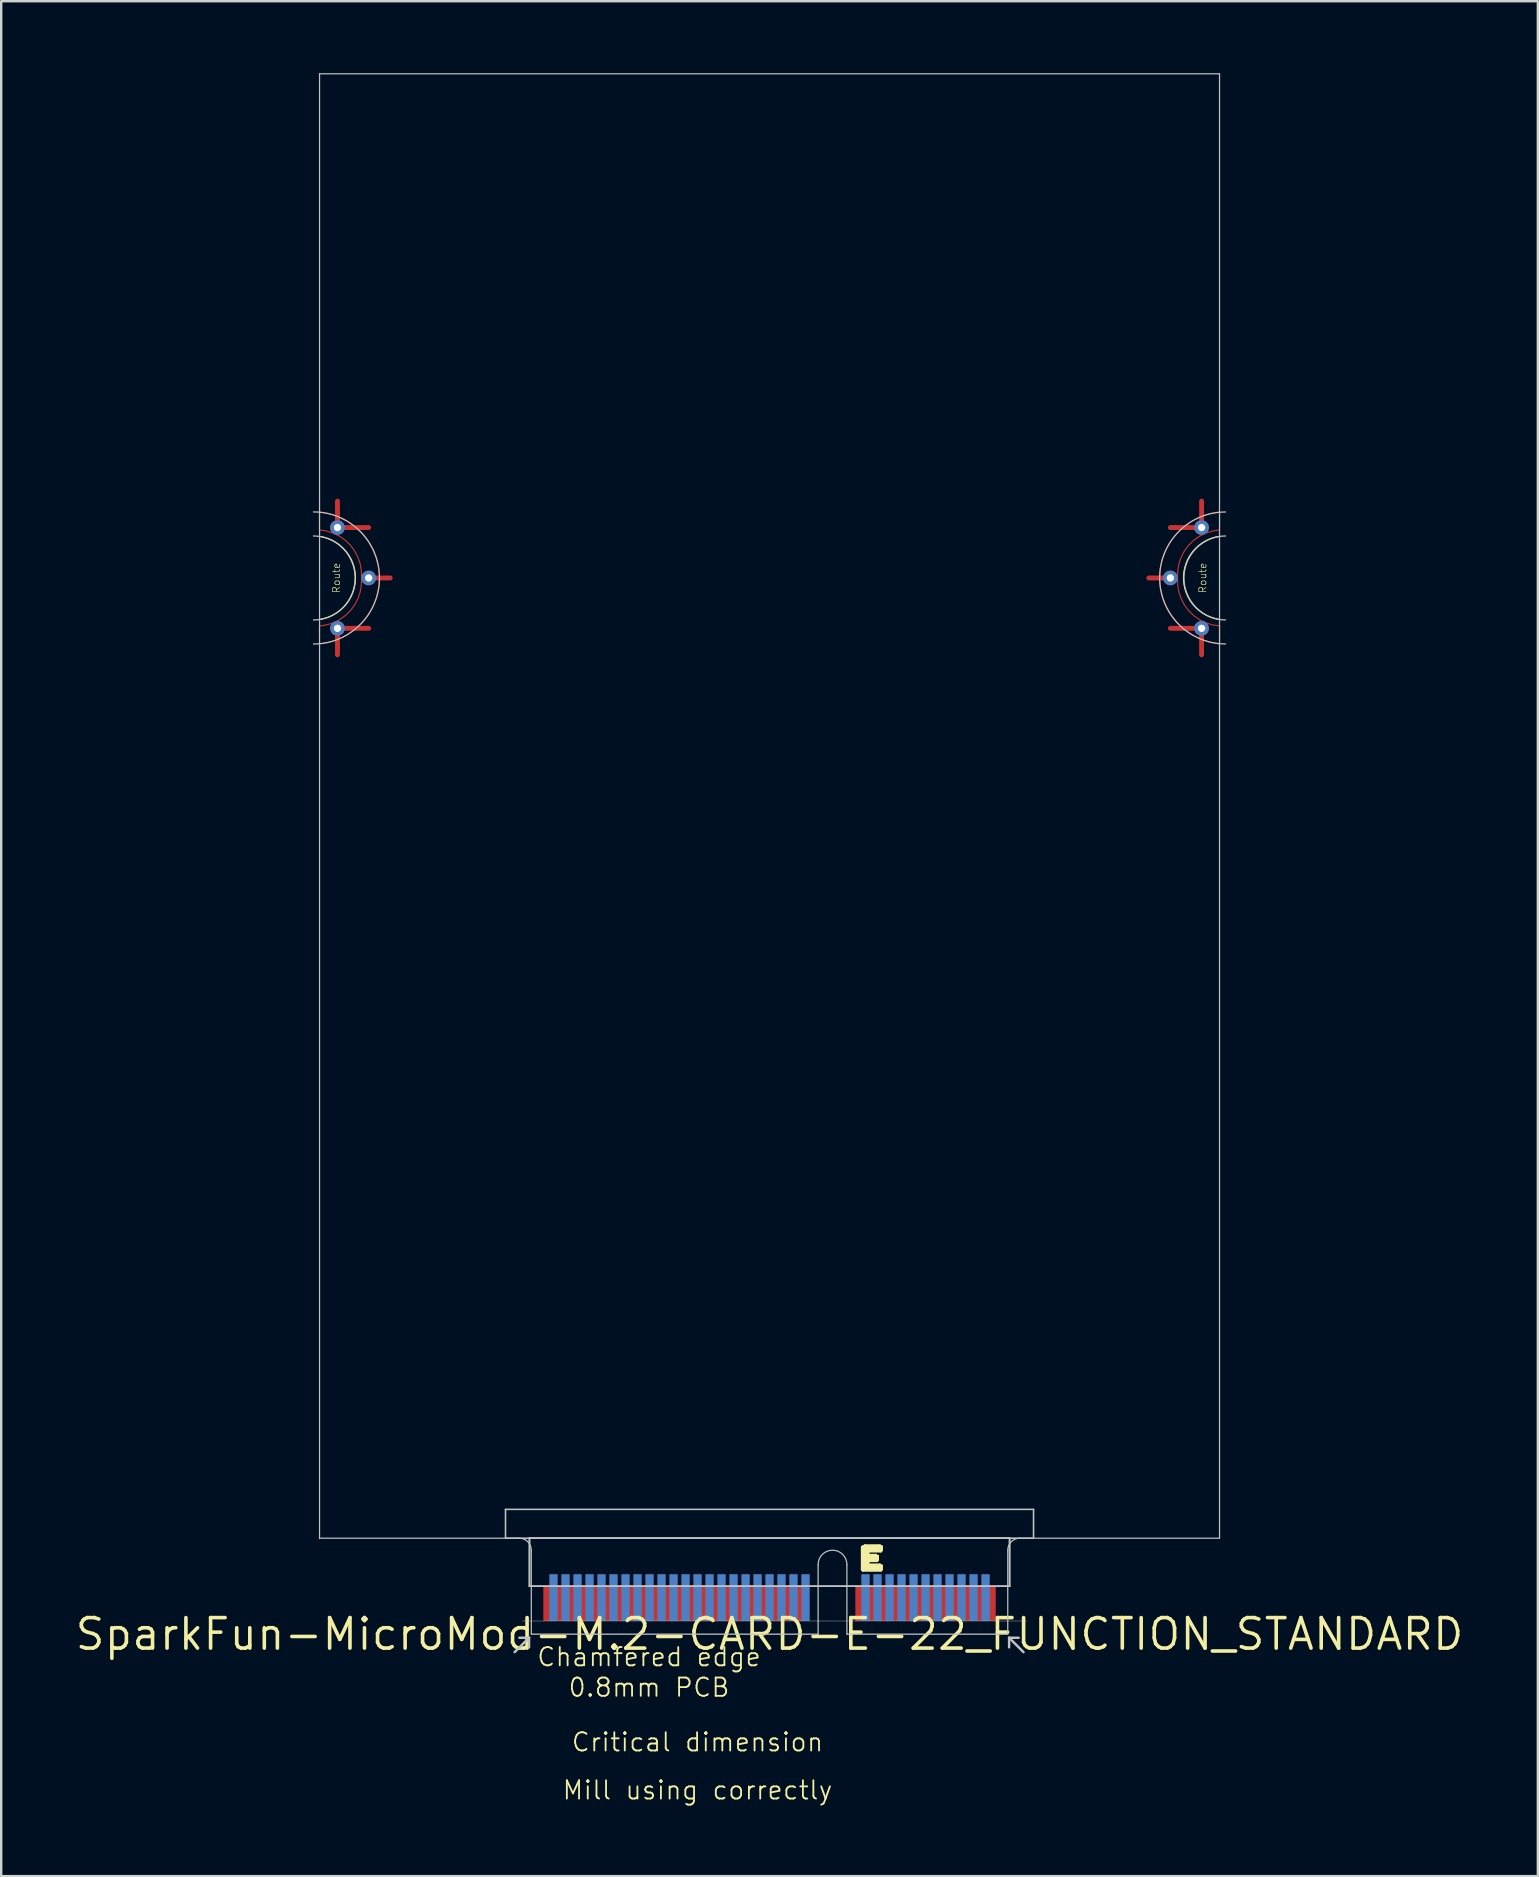
<source format=kicad_pcb>
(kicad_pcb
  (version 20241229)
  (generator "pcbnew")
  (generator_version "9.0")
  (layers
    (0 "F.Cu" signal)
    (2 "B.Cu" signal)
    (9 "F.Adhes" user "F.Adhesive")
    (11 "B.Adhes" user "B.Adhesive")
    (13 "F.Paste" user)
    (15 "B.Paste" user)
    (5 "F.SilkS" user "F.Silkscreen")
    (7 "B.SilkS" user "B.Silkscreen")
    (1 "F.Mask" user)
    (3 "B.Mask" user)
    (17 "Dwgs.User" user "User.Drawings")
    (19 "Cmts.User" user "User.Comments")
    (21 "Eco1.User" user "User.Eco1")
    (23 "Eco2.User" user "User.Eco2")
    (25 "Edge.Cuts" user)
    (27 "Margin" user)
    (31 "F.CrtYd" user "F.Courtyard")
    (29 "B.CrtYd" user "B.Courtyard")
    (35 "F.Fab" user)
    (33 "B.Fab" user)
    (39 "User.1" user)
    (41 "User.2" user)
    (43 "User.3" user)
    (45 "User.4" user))
  (footprint "SparkFun-MicroMod-M.2-CARD-E-22_FUNCTION_STANDARD"
    (layer "F.Cu")
    (at 29.006 65.024)
    (property "Reference" "SparkFun-MicroMod-M.2-CARD-E-22_FUNCTION_STANDARD" (at 0 0 0) (layer "F.SilkS") (effects (font (size 1.27 1.27) (thickness 0.15))))
    (attr smd)
    (fp_line (start -17.998 -46.098) (end -17.998 -47.198) (stroke (width 0.203) (type solid)) (layer "F.Cu"))
    (fp_line (start -17.998 -46.098) (end -16.698 -46.098) (stroke (width 0.203) (type solid)) (layer "F.Cu"))
    (fp_line (start -17.998 -41.9) (end -17.998 -40.797) (stroke (width 0.203) (type solid)) (layer "F.Cu"))
    (fp_line (start -17.998 -41.9) (end -16.698 -41.9) (stroke (width 0.203) (type solid)) (layer "F.Cu"))
    (fp_line (start -16.698 -43.998) (end -15.799 -43.998) (stroke (width 0.203) (type solid)) (layer "F.Cu"))
    (fp_line (start 16.698 -43.998) (end 15.799 -43.998) (stroke (width 0.203) (type solid)) (layer "F.Cu"))
    (fp_line (start 17.998 -46.098) (end 16.698 -46.098) (stroke (width 0.203) (type solid)) (layer "F.Cu"))
    (fp_line (start 17.998 -46.098) (end 17.998 -47.198) (stroke (width 0.203) (type solid)) (layer "F.Cu"))
    (fp_line (start 17.998 -41.9) (end 16.698 -41.9) (stroke (width 0.203) (type solid)) (layer "F.Cu"))
    (fp_line (start 17.998 -41.9) (end 17.998 -40.797) (stroke (width 0.203) (type solid)) (layer "F.Cu"))
    (fp_poly (pts (xy -18.748 -41.25) (xy -18.748 -41.999) (xy -18.458 -42.042) (xy -18.176 -42.128) (xy -17.912 -42.261) (xy -17.671 -42.431) (xy -17.46 -42.636) (xy -17.282 -42.873) (xy -17.148 -43.134) (xy -17.051 -43.414) (xy -17.003 -43.703) (xy -16.998 -43.998) (xy -17.003 -44.293) (xy -17.051 -44.585) (xy -17.148 -44.864) (xy -17.282 -45.126) (xy -17.46 -45.362) (xy -17.671 -45.568) (xy -17.912 -45.738) (xy -18.176 -45.867) (xy -18.458 -45.956) (xy -18.748 -45.999) (xy -18.748 -46.749) (xy -18.349 -46.678) (xy -17.963 -46.548) (xy -17.602 -46.363) (xy -17.269 -46.129) (xy -16.975 -45.85) (xy -16.723 -45.529) (xy -16.523 -45.176) (xy -16.375 -44.798) (xy -16.281 -44.404) (xy -16.248 -43.998) (xy -16.279 -43.594) (xy -16.37 -43.195) (xy -16.518 -42.817) (xy -16.718 -42.464) (xy -16.97 -42.141) (xy -17.264 -41.862) (xy -17.597 -41.628) (xy -17.96 -41.445) (xy -18.346 -41.318) (xy -18.748 -41.25)) (stroke (width 0.048) (type solid)) (fill no) (layer "F.Cu"))
    (fp_poly (pts (xy 18.748 -46.749) (xy 18.748 -45.999) (xy 18.458 -45.956) (xy 18.176 -45.867) (xy 17.912 -45.738) (xy 17.671 -45.568) (xy 17.46 -45.362) (xy 17.282 -45.126) (xy 17.148 -44.864) (xy 17.051 -44.585) (xy 17.003 -44.293) (xy 16.998 -43.998) (xy 17.003 -43.703) (xy 17.051 -43.414) (xy 17.148 -43.134) (xy 17.282 -42.873) (xy 17.46 -42.636) (xy 17.671 -42.431) (xy 17.912 -42.261) (xy 18.176 -42.128) (xy 18.458 -42.042) (xy 18.748 -41.999) (xy 18.748 -41.25) (xy 18.349 -41.321) (xy 17.963 -41.45) (xy 17.602 -41.633) (xy 17.269 -41.867) (xy 16.975 -42.149) (xy 16.723 -42.466) (xy 16.523 -42.819) (xy 16.375 -43.198) (xy 16.281 -43.594) (xy 16.248 -43.998) (xy 16.279 -44.404) (xy 16.37 -44.801) (xy 16.518 -45.182) (xy 16.718 -45.535) (xy 16.97 -45.855) (xy 17.264 -46.137) (xy 17.597 -46.37) (xy 17.96 -46.553) (xy 18.346 -46.68) (xy 18.748 -46.749)) (stroke (width 0.048) (type solid)) (fill no) (layer "F.Cu"))
    (fp_poly (pts (xy -18.999 -41.25) (xy -18.999 -42.248) (xy -18.725 -42.271) (xy -18.458 -42.334) (xy -18.204 -42.438) (xy -17.971 -42.583) (xy -17.762 -42.761) (xy -17.582 -42.969) (xy -17.44 -43.205) (xy -17.335 -43.457) (xy -17.269 -43.726) (xy -17.249 -43.998) (xy -17.269 -44.272) (xy -17.335 -44.539) (xy -17.44 -44.793) (xy -17.582 -45.027) (xy -17.762 -45.237) (xy -17.971 -45.415) (xy -18.204 -45.557) (xy -18.458 -45.664) (xy -18.725 -45.728) (xy -18.999 -45.748) (xy -18.999 -46.749) (xy -18.608 -46.721) (xy -18.224 -46.637) (xy -17.856 -46.5) (xy -17.511 -46.312) (xy -17.198 -46.078) (xy -16.921 -45.799) (xy -16.685 -45.486) (xy -16.497 -45.141) (xy -16.36 -44.773) (xy -16.276 -44.389) (xy -16.248 -43.998) (xy -16.276 -43.607) (xy -16.36 -43.223) (xy -16.497 -42.857) (xy -16.685 -42.512) (xy -16.921 -42.197) (xy -17.198 -41.92) (xy -17.511 -41.686) (xy -17.856 -41.496) (xy -18.224 -41.361) (xy -18.608 -41.278) (xy -18.999 -41.25)) (stroke (width 0.048) (type solid)) (fill no) (layer "F.Mask"))
    (fp_poly (pts (xy 18.999 -46.749) (xy 18.999 -45.748) (xy 18.725 -45.728) (xy 18.458 -45.664) (xy 18.204 -45.557) (xy 17.971 -45.415) (xy 17.762 -45.237) (xy 17.582 -45.027) (xy 17.44 -44.793) (xy 17.335 -44.539) (xy 17.269 -44.272) (xy 17.249 -43.998) (xy 17.269 -43.726) (xy 17.335 -43.457) (xy 17.44 -43.205) (xy 17.582 -42.969) (xy 17.762 -42.761) (xy 17.971 -42.583) (xy 18.204 -42.438) (xy 18.458 -42.334) (xy 18.725 -42.271) (xy 18.999 -42.248) (xy 18.999 -41.25) (xy 18.608 -41.278) (xy 18.224 -41.361) (xy 17.856 -41.496) (xy 17.511 -41.686) (xy 17.198 -41.92) (xy 16.921 -42.197) (xy 16.685 -42.512) (xy 16.497 -42.857) (xy 16.36 -43.223) (xy 16.276 -43.607) (xy 16.248 -43.998) (xy 16.276 -44.389) (xy 16.36 -44.773) (xy 16.497 -45.141) (xy 16.685 -45.486) (xy 16.921 -45.799) (xy 17.198 -46.078) (xy 17.511 -46.312) (xy 17.856 -46.5) (xy 18.224 -46.637) (xy 18.608 -46.721) (xy 18.999 -46.749)) (stroke (width 0.048) (type solid)) (fill no) (layer "F.Mask"))
    (fp_poly (pts (xy -18.999 -41.25) (xy -18.999 -42.248) (xy -18.725 -42.271) (xy -18.458 -42.334) (xy -18.204 -42.438) (xy -17.971 -42.583) (xy -17.762 -42.761) (xy -17.582 -42.969) (xy -17.44 -43.205) (xy -17.335 -43.457) (xy -17.269 -43.726) (xy -17.249 -43.998) (xy -17.269 -44.272) (xy -17.335 -44.539) (xy -17.44 -44.793) (xy -17.582 -45.027) (xy -17.762 -45.237) (xy -17.971 -45.415) (xy -18.204 -45.557) (xy -18.458 -45.664) (xy -18.725 -45.728) (xy -18.999 -45.748) (xy -18.999 -46.749) (xy -18.608 -46.721) (xy -18.224 -46.637) (xy -17.856 -46.5) (xy -17.511 -46.312) (xy -17.198 -46.078) (xy -16.921 -45.799) (xy -16.685 -45.486) (xy -16.497 -45.141) (xy -16.36 -44.773) (xy -16.276 -44.389) (xy -16.248 -43.998) (xy -16.276 -43.607) (xy -16.36 -43.223) (xy -16.497 -42.857) (xy -16.685 -42.512) (xy -16.921 -42.197) (xy -17.198 -41.92) (xy -17.511 -41.686) (xy -17.856 -41.496) (xy -18.224 -41.361) (xy -18.608 -41.278) (xy -18.999 -41.25)) (stroke (width 0.048) (type solid)) (fill no) (layer "B.Mask"))
    (fp_poly (pts (xy 18.999 -46.749) (xy 18.999 -45.748) (xy 18.725 -45.728) (xy 18.458 -45.664) (xy 18.204 -45.557) (xy 17.971 -45.415) (xy 17.762 -45.237) (xy 17.582 -45.027) (xy 17.44 -44.793) (xy 17.335 -44.539) (xy 17.269 -44.272) (xy 17.249 -43.998) (xy 17.269 -43.726) (xy 17.335 -43.457) (xy 17.44 -43.205) (xy 17.582 -42.969) (xy 17.762 -42.761) (xy 17.971 -42.583) (xy 18.204 -42.438) (xy 18.458 -42.334) (xy 18.725 -42.271) (xy 18.999 -42.248) (xy 18.999 -41.25) (xy 18.608 -41.278) (xy 18.224 -41.361) (xy 17.856 -41.496) (xy 17.511 -41.686) (xy 17.198 -41.92) (xy 16.921 -42.197) (xy 16.685 -42.512) (xy 16.497 -42.857) (xy 16.36 -43.223) (xy 16.276 -43.607) (xy 16.248 -43.998) (xy 16.276 -44.389) (xy 16.36 -44.773) (xy 16.497 -45.141) (xy 16.685 -45.486) (xy 16.921 -45.799) (xy 17.198 -46.078) (xy 17.511 -46.312) (xy 17.856 -46.5) (xy 18.224 -46.637) (xy 18.608 -46.721) (xy 18.999 -46.749)) (stroke (width 0.048) (type solid)) (fill no) (layer "B.Mask"))
    (fp_line (start 3.84 -3.635) (end 4.679 -3.635) (stroke (width 0.066) (type solid)) (layer "F.SilkS"))
    (fp_line (start 3.84 -3.594) (end 3.84 -3.635) (stroke (width 0.066) (type solid)) (layer "F.SilkS"))
    (fp_line (start 3.84 -3.594) (end 4.679 -3.594) (stroke (width 0.066) (type solid)) (layer "F.SilkS"))
    (fp_line (start 3.84 -3.594) (end 4.679 -3.594) (stroke (width 0.066) (type solid)) (layer "F.SilkS"))
    (fp_line (start 3.84 -3.553) (end 3.84 -3.594) (stroke (width 0.066) (type solid)) (layer "F.SilkS"))
    (fp_line (start 3.84 -3.553) (end 4.679 -3.553) (stroke (width 0.066) (type solid)) (layer "F.SilkS"))
    (fp_line (start 3.84 -3.553) (end 4.679 -3.553) (stroke (width 0.066) (type solid)) (layer "F.SilkS"))
    (fp_line (start 3.84 -3.513) (end 3.84 -3.553) (stroke (width 0.066) (type solid)) (layer "F.SilkS"))
    (fp_line (start 3.84 -3.513) (end 4.679 -3.513) (stroke (width 0.066) (type solid)) (layer "F.SilkS"))
    (fp_line (start 3.84 -3.513) (end 4.679 -3.513) (stroke (width 0.066) (type solid)) (layer "F.SilkS"))
    (fp_line (start 3.84 -3.475) (end 3.84 -3.513) (stroke (width 0.066) (type solid)) (layer "F.SilkS"))
    (fp_line (start 3.84 -3.475) (end 4.641 -3.475) (stroke (width 0.066) (type solid)) (layer "F.SilkS"))
    (fp_line (start 3.84 -3.475) (end 4.679 -3.475) (stroke (width 0.066) (type solid)) (layer "F.SilkS"))
    (fp_line (start 3.84 -3.434) (end 3.84 -3.475) (stroke (width 0.066) (type solid)) (layer "F.SilkS"))
    (fp_line (start 3.84 -3.434) (end 4.12 -3.434) (stroke (width 0.066) (type solid)) (layer "F.SilkS"))
    (fp_line (start 3.84 -3.434) (end 4.641 -3.434) (stroke (width 0.066) (type solid)) (layer "F.SilkS"))
    (fp_line (start 3.84 -3.393) (end 3.84 -3.434) (stroke (width 0.066) (type solid)) (layer "F.SilkS"))
    (fp_line (start 3.84 -3.393) (end 4.12 -3.393) (stroke (width 0.066) (type solid)) (layer "F.SilkS"))
    (fp_line (start 3.84 -3.393) (end 4.12 -3.393) (stroke (width 0.066) (type solid)) (layer "F.SilkS"))
    (fp_line (start 3.84 -3.353) (end 3.84 -3.393) (stroke (width 0.066) (type solid)) (layer "F.SilkS"))
    (fp_line (start 3.84 -3.353) (end 4.12 -3.353) (stroke (width 0.066) (type solid)) (layer "F.SilkS"))
    (fp_line (start 3.84 -3.353) (end 4.12 -3.353) (stroke (width 0.066) (type solid)) (layer "F.SilkS"))
    (fp_line (start 3.84 -3.315) (end 3.84 -3.353) (stroke (width 0.066) (type solid)) (layer "F.SilkS"))
    (fp_line (start 3.84 -3.315) (end 4.12 -3.315) (stroke (width 0.066) (type solid)) (layer "F.SilkS"))
    (fp_line (start 3.84 -3.315) (end 4.44 -3.315) (stroke (width 0.066) (type solid)) (layer "F.SilkS"))
    (fp_line (start 3.84 -3.274) (end 3.84 -3.315) (stroke (width 0.066) (type solid)) (layer "F.SilkS"))
    (fp_line (start 3.84 -3.274) (end 4.44 -3.274) (stroke (width 0.066) (type solid)) (layer "F.SilkS"))
    (fp_line (start 3.84 -3.274) (end 4.519 -3.274) (stroke (width 0.066) (type solid)) (layer "F.SilkS"))
    (fp_line (start 3.84 -3.233) (end 3.84 -3.274) (stroke (width 0.066) (type solid)) (layer "F.SilkS"))
    (fp_line (start 3.84 -3.233) (end 4.519 -3.233) (stroke (width 0.066) (type solid)) (layer "F.SilkS"))
    (fp_line (start 3.84 -3.233) (end 4.519 -3.233) (stroke (width 0.066) (type solid)) (layer "F.SilkS"))
    (fp_line (start 3.84 -3.193) (end 3.84 -3.233) (stroke (width 0.066) (type solid)) (layer "F.SilkS"))
    (fp_line (start 3.84 -3.193) (end 4.519 -3.193) (stroke (width 0.066) (type solid)) (layer "F.SilkS"))
    (fp_line (start 3.84 -3.193) (end 4.519 -3.193) (stroke (width 0.066) (type solid)) (layer "F.SilkS"))
    (fp_line (start 3.84 -3.155) (end 3.84 -3.193) (stroke (width 0.066) (type solid)) (layer "F.SilkS"))
    (fp_line (start 3.84 -3.155) (end 4.519 -3.155) (stroke (width 0.066) (type solid)) (layer "F.SilkS"))
    (fp_line (start 3.84 -3.155) (end 4.519 -3.155) (stroke (width 0.066) (type solid)) (layer "F.SilkS"))
    (fp_line (start 3.84 -3.114) (end 3.84 -3.155) (stroke (width 0.066) (type solid)) (layer "F.SilkS"))
    (fp_line (start 3.84 -3.114) (end 4.519 -3.114) (stroke (width 0.066) (type solid)) (layer "F.SilkS"))
    (fp_line (start 3.84 -3.114) (end 4.519 -3.114) (stroke (width 0.066) (type solid)) (layer "F.SilkS"))
    (fp_line (start 3.84 -3.073) (end 3.84 -3.114) (stroke (width 0.066) (type solid)) (layer "F.SilkS"))
    (fp_line (start 3.84 -3.073) (end 4.481 -3.073) (stroke (width 0.066) (type solid)) (layer "F.SilkS"))
    (fp_line (start 3.84 -3.073) (end 4.519 -3.073) (stroke (width 0.066) (type solid)) (layer "F.SilkS"))
    (fp_line (start 3.84 -3.033) (end 3.84 -3.073) (stroke (width 0.066) (type solid)) (layer "F.SilkS"))
    (fp_line (start 3.84 -3.033) (end 4.12 -3.033) (stroke (width 0.066) (type solid)) (layer "F.SilkS"))
    (fp_line (start 3.84 -3.033) (end 4.481 -3.033) (stroke (width 0.066) (type solid)) (layer "F.SilkS"))
    (fp_line (start 3.84 -2.995) (end 3.84 -3.033) (stroke (width 0.066) (type solid)) (layer "F.SilkS"))
    (fp_line (start 3.84 -2.995) (end 4.12 -2.995) (stroke (width 0.066) (type solid)) (layer "F.SilkS"))
    (fp_line (start 3.84 -2.995) (end 4.12 -2.995) (stroke (width 0.066) (type solid)) (layer "F.SilkS"))
    (fp_line (start 3.84 -2.954) (end 3.84 -2.995) (stroke (width 0.066) (type solid)) (layer "F.SilkS"))
    (fp_line (start 3.84 -2.954) (end 4.12 -2.954) (stroke (width 0.066) (type solid)) (layer "F.SilkS"))
    (fp_line (start 3.84 -2.954) (end 4.12 -2.954) (stroke (width 0.066) (type solid)) (layer "F.SilkS"))
    (fp_line (start 3.84 -2.913) (end 3.84 -2.954) (stroke (width 0.066) (type solid)) (layer "F.SilkS"))
    (fp_line (start 3.84 -2.913) (end 4.12 -2.913) (stroke (width 0.066) (type solid)) (layer "F.SilkS"))
    (fp_line (start 3.84 -2.913) (end 4.6 -2.913) (stroke (width 0.066) (type solid)) (layer "F.SilkS"))
    (fp_line (start 3.84 -2.873) (end 3.84 -2.913) (stroke (width 0.066) (type solid)) (layer "F.SilkS"))
    (fp_line (start 3.84 -2.873) (end 4.6 -2.873) (stroke (width 0.066) (type solid)) (layer "F.SilkS"))
    (fp_line (start 3.84 -2.873) (end 4.679 -2.873) (stroke (width 0.066) (type solid)) (layer "F.SilkS"))
    (fp_line (start 3.84 -2.835) (end 3.84 -2.873) (stroke (width 0.066) (type solid)) (layer "F.SilkS"))
    (fp_line (start 3.84 -2.835) (end 4.679 -2.835) (stroke (width 0.066) (type solid)) (layer "F.SilkS"))
    (fp_line (start 3.84 -2.835) (end 4.679 -2.835) (stroke (width 0.066) (type solid)) (layer "F.SilkS"))
    (fp_line (start 3.84 -2.794) (end 3.84 -2.835) (stroke (width 0.066) (type solid)) (layer "F.SilkS"))
    (fp_line (start 3.84 -2.794) (end 4.679 -2.794) (stroke (width 0.066) (type solid)) (layer "F.SilkS"))
    (fp_line (start 3.84 -2.794) (end 4.679 -2.794) (stroke (width 0.066) (type solid)) (layer "F.SilkS"))
    (fp_line (start 3.84 -2.753) (end 3.84 -2.794) (stroke (width 0.066) (type solid)) (layer "F.SilkS"))
    (fp_line (start 3.84 -2.753) (end 4.679 -2.753) (stroke (width 0.066) (type solid)) (layer "F.SilkS"))
    (fp_line (start 3.84 -2.753) (end 4.679 -2.753) (stroke (width 0.066) (type solid)) (layer "F.SilkS"))
    (fp_line (start 3.84 -2.713) (end 3.84 -2.753) (stroke (width 0.066) (type solid)) (layer "F.SilkS"))
    (fp_line (start 3.84 -2.713) (end 4.679 -2.713) (stroke (width 0.066) (type solid)) (layer "F.SilkS"))
    (fp_line (start 3.84 -2.713) (end 4.679 -2.713) (stroke (width 0.066) (type solid)) (layer "F.SilkS"))
    (fp_line (start 3.84 -2.675) (end 3.84 -2.713) (stroke (width 0.066) (type solid)) (layer "F.SilkS"))
    (fp_line (start 3.84 -2.675) (end 4.679 -2.675) (stroke (width 0.066) (type solid)) (layer "F.SilkS"))
    (fp_line (start 3.879 -3.673) (end 4.679 -3.673) (stroke (width 0.066) (type solid)) (layer "F.SilkS"))
    (fp_line (start 3.879 -3.635) (end 3.879 -3.673) (stroke (width 0.066) (type solid)) (layer "F.SilkS"))
    (fp_line (start 3.879 -3.635) (end 4.679 -3.635) (stroke (width 0.066) (type solid)) (layer "F.SilkS"))
    (fp_line (start 3.879 -2.675) (end 4.641 -2.675) (stroke (width 0.066) (type solid)) (layer "F.SilkS"))
    (fp_line (start 3.879 -2.634) (end 3.879 -2.675) (stroke (width 0.066) (type solid)) (layer "F.SilkS"))
    (fp_line (start 3.879 -2.634) (end 4.641 -2.634) (stroke (width 0.066) (type solid)) (layer "F.SilkS"))
    (fp_line (start 3.96 -3.713) (end 4.6 -3.713) (stroke (width 0.066) (type solid)) (layer "F.SilkS"))
    (fp_line (start 3.96 -3.673) (end 3.96 -3.713) (stroke (width 0.066) (type solid)) (layer "F.SilkS"))
    (fp_line (start 3.96 -3.673) (end 4.6 -3.673) (stroke (width 0.066) (type solid)) (layer "F.SilkS"))
    (fp_line (start 4.12 -3.393) (end 4.12 -3.434) (stroke (width 0.066) (type solid)) (layer "F.SilkS"))
    (fp_line (start 4.12 -3.353) (end 4.12 -3.393) (stroke (width 0.066) (type solid)) (layer "F.SilkS"))
    (fp_line (start 4.12 -3.315) (end 4.12 -3.353) (stroke (width 0.066) (type solid)) (layer "F.SilkS"))
    (fp_line (start 4.12 -2.995) (end 4.12 -3.033) (stroke (width 0.066) (type solid)) (layer "F.SilkS"))
    (fp_line (start 4.12 -2.954) (end 4.12 -2.995) (stroke (width 0.066) (type solid)) (layer "F.SilkS"))
    (fp_line (start 4.12 -2.913) (end 4.12 -2.954) (stroke (width 0.066) (type solid)) (layer "F.SilkS"))
    (fp_line (start 4.44 -3.274) (end 4.44 -3.315) (stroke (width 0.066) (type solid)) (layer "F.SilkS"))
    (fp_line (start 4.481 -3.033) (end 4.481 -3.073) (stroke (width 0.066) (type solid)) (layer "F.SilkS"))
    (fp_line (start 4.519 -3.233) (end 4.519 -3.274) (stroke (width 0.066) (type solid)) (layer "F.SilkS"))
    (fp_line (start 4.519 -3.193) (end 4.519 -3.233) (stroke (width 0.066) (type solid)) (layer "F.SilkS"))
    (fp_line (start 4.519 -3.155) (end 4.519 -3.193) (stroke (width 0.066) (type solid)) (layer "F.SilkS"))
    (fp_line (start 4.519 -3.114) (end 4.519 -3.155) (stroke (width 0.066) (type solid)) (layer "F.SilkS"))
    (fp_line (start 4.519 -3.073) (end 4.519 -3.114) (stroke (width 0.066) (type solid)) (layer "F.SilkS"))
    (fp_line (start 4.6 -3.673) (end 4.6 -3.713) (stroke (width 0.066) (type solid)) (layer "F.SilkS"))
    (fp_line (start 4.6 -2.873) (end 4.6 -2.913) (stroke (width 0.066) (type solid)) (layer "F.SilkS"))
    (fp_line (start 4.641 -3.434) (end 4.641 -3.475) (stroke (width 0.066) (type solid)) (layer "F.SilkS"))
    (fp_line (start 4.641 -2.634) (end 4.641 -2.675) (stroke (width 0.066) (type solid)) (layer "F.SilkS"))
    (fp_line (start 4.679 -3.635) (end 4.679 -3.673) (stroke (width 0.066) (type solid)) (layer "F.SilkS"))
    (fp_line (start 4.679 -3.594) (end 4.679 -3.635) (stroke (width 0.066) (type solid)) (layer "F.SilkS"))
    (fp_line (start 4.679 -3.553) (end 4.679 -3.594) (stroke (width 0.066) (type solid)) (layer "F.SilkS"))
    (fp_line (start 4.679 -3.513) (end 4.679 -3.553) (stroke (width 0.066) (type solid)) (layer "F.SilkS"))
    (fp_line (start 4.679 -3.475) (end 4.679 -3.513) (stroke (width 0.066) (type solid)) (layer "F.SilkS"))
    (fp_line (start 4.679 -2.835) (end 4.679 -2.873) (stroke (width 0.066) (type solid)) (layer "F.SilkS"))
    (fp_line (start 4.679 -2.794) (end 4.679 -2.835) (stroke (width 0.066) (type solid)) (layer "F.SilkS"))
    (fp_line (start 4.679 -2.753) (end 4.679 -2.794) (stroke (width 0.066) (type solid)) (layer "F.SilkS"))
    (fp_line (start 4.679 -2.713) (end 4.679 -2.753) (stroke (width 0.066) (type solid)) (layer "F.SilkS"))
    (fp_line (start 4.679 -2.675) (end 4.679 -2.713) (stroke (width 0.066) (type solid)) (layer "F.SilkS"))
    (fp_arc (start -18.7452 -45.7327) (mid -17.248398 -44.002202) (end -18.741675 -42.268661) (stroke (width 0.04826) (type solid)) (layer "F.SilkS"))
    (fp_arc (start 18.74774 -42.26814) (mid 17.244413 -43.995681) (end 18.73836 -45.73134) (stroke (width 0.04826) (type solid)) (layer "F.SilkS"))
    (fp_line (start -17.998 -46.098) (end -17.998 -47.198) (stroke (width 0.203) (type solid)) (layer "B.Adhes"))
    (fp_line (start -17.998 -46.098) (end -16.698 -46.098) (stroke (width 0.203) (type solid)) (layer "B.Adhes"))
    (fp_line (start -17.998 -41.9) (end -17.998 -40.797) (stroke (width 0.203) (type solid)) (layer "B.Adhes"))
    (fp_line (start -17.998 -41.9) (end -16.698 -41.9) (stroke (width 0.203) (type solid)) (layer "B.Adhes"))
    (fp_line (start -16.698 -43.998) (end -15.799 -43.998) (stroke (width 0.203) (type solid)) (layer "B.Adhes"))
    (fp_line (start 16.698 -43.998) (end 15.799 -43.998) (stroke (width 0.203) (type solid)) (layer "B.Adhes"))
    (fp_line (start 17.998 -46.098) (end 16.698 -46.098) (stroke (width 0.203) (type solid)) (layer "B.Adhes"))
    (fp_line (start 17.998 -46.098) (end 17.998 -47.198) (stroke (width 0.203) (type solid)) (layer "B.Adhes"))
    (fp_line (start 17.998 -41.9) (end 16.698 -41.9) (stroke (width 0.203) (type solid)) (layer "B.Adhes"))
    (fp_line (start 17.998 -41.9) (end 17.998 -40.797) (stroke (width 0.203) (type solid)) (layer "B.Adhes"))
    (fp_poly (pts (xy -18.748 -46.749) (xy -18.748 -45.999) (xy -18.458 -45.956) (xy -18.176 -45.867) (xy -17.912 -45.738) (xy -17.671 -45.568) (xy -17.46 -45.362) (xy -17.282 -45.126) (xy -17.148 -44.864) (xy -17.051 -44.585) (xy -17.003 -44.293) (xy -16.998 -43.998) (xy -17.003 -43.703) (xy -17.051 -43.414) (xy -17.148 -43.134) (xy -17.282 -42.873) (xy -17.46 -42.636) (xy -17.671 -42.431) (xy -17.912 -42.261) (xy -18.176 -42.128) (xy -18.458 -42.042) (xy -18.748 -41.999) (xy -18.748 -41.25) (xy -18.349 -41.321) (xy -17.963 -41.45) (xy -17.602 -41.633) (xy -17.269 -41.867) (xy -16.975 -42.149) (xy -16.723 -42.466) (xy -16.523 -42.819) (xy -16.375 -43.198) (xy -16.281 -43.594) (xy -16.248 -43.998) (xy -16.279 -44.404) (xy -16.37 -44.801) (xy -16.518 -45.182) (xy -16.718 -45.535) (xy -16.97 -45.855) (xy -17.264 -46.137) (xy -17.597 -46.37) (xy -17.96 -46.553) (xy -18.346 -46.68) (xy -18.748 -46.749)) (stroke (width 0.048) (type solid)) (fill no) (layer "B.Adhes"))
    (fp_poly (pts (xy 18.748 -41.25) (xy 18.748 -41.999) (xy 18.458 -42.042) (xy 18.176 -42.128) (xy 17.912 -42.261) (xy 17.671 -42.431) (xy 17.46 -42.636) (xy 17.282 -42.873) (xy 17.148 -43.134) (xy 17.051 -43.414) (xy 17.003 -43.703) (xy 16.998 -43.998) (xy 17.003 -44.293) (xy 17.051 -44.585) (xy 17.148 -44.864) (xy 17.282 -45.126) (xy 17.46 -45.362) (xy 17.671 -45.568) (xy 17.912 -45.738) (xy 18.176 -45.867) (xy 18.458 -45.956) (xy 18.748 -45.999) (xy 18.748 -46.749) (xy 18.349 -46.678) (xy 17.963 -46.548) (xy 17.602 -46.363) (xy 17.269 -46.129) (xy 16.975 -45.85) (xy 16.723 -45.529) (xy 16.523 -45.176) (xy 16.375 -44.798) (xy 16.281 -44.404) (xy 16.248 -43.998) (xy 16.279 -43.594) (xy 16.37 -43.195) (xy 16.518 -42.817) (xy 16.718 -42.464) (xy 16.97 -42.141) (xy 17.264 -41.862) (xy 17.597 -41.628) (xy 17.96 -41.445) (xy 18.346 -41.318) (xy 18.748 -41.25)) (stroke (width 0.048) (type solid)) (fill no) (layer "B.Adhes"))
    (fp_line (start -18.745 -64.999) (end 18.745 -64.999) (stroke (width 0.051) (type solid)) (layer "Dwgs.User"))
    (fp_line (start -18.745 -3.998) (end -18.745 -64.999) (stroke (width 0.051) (type solid)) (layer "Dwgs.User"))
    (fp_line (start -10.998 -5.199) (end -10.998 -3.998) (stroke (width 0.066) (type solid)) (layer "Dwgs.User"))
    (fp_line (start -10.62 0.749) (end -10.018 0.15) (stroke (width 0.102) (type solid)) (layer "Dwgs.User"))
    (fp_line (start -10.424 -3.998) (end -18.745 -3.998) (stroke (width 0.051) (type solid)) (layer "Dwgs.User"))
    (fp_line (start -10.3 -0.549) (end 10.698 -0.549) (stroke (width 0.018) (type solid)) (layer "Dwgs.User"))
    (fp_line (start -10.018 0.15) (end -10.419 0.15) (stroke (width 0.102) (type solid)) (layer "Dwgs.User"))
    (fp_line (start -10.018 0.15) (end -10.018 0.549) (stroke (width 0.102) (type solid)) (layer "Dwgs.User"))
    (fp_line (start -10 -3.998) (end -10 -1.999) (stroke (width 0.066) (type solid)) (layer "Dwgs.User"))
    (fp_line (start -10 -3.998) (end -10 -1.999) (stroke (width 0.066) (type solid)) (layer "Dwgs.User"))
    (fp_line (start -9.924 0) (end -9.924 -3.498) (stroke (width 0.051) (type solid)) (layer "Dwgs.User"))
    (fp_line (start 2.024 -2.898) (end 2.024 0) (stroke (width 0.051) (type solid)) (layer "Dwgs.User"))
    (fp_line (start 2.024 0) (end -9.924 0) (stroke (width 0.051) (type solid)) (layer "Dwgs.User"))
    (fp_line (start 3.223 -2.898) (end 3.223 0) (stroke (width 0.051) (type solid)) (layer "Dwgs.User"))
    (fp_line (start 9.924 -3.498) (end 9.924 0) (stroke (width 0.051) (type solid)) (layer "Dwgs.User"))
    (fp_line (start 9.924 0) (end 3.223 0) (stroke (width 0.051) (type solid)) (layer "Dwgs.User"))
    (fp_line (start 9.98 0.15) (end 9.98 0.549) (stroke (width 0.102) (type solid)) (layer "Dwgs.User"))
    (fp_line (start 9.98 0.15) (end 10.378 0.15) (stroke (width 0.102) (type solid)) (layer "Dwgs.User"))
    (fp_line (start 10 -3.998) (end -10 -3.998) (stroke (width 0.066) (type solid)) (layer "Dwgs.User"))
    (fp_line (start 10 -3.998) (end -10 -3.998) (stroke (width 0.066) (type solid)) (layer "Dwgs.User"))
    (fp_line (start 10 -3.998) (end 10 -1.999) (stroke (width 0.066) (type solid)) (layer "Dwgs.User"))
    (fp_line (start 10 -3.998) (end 10 -1.999) (stroke (width 0.066) (type solid)) (layer "Dwgs.User"))
    (fp_line (start 10 -1.999) (end -10 -1.999) (stroke (width 0.066) (type solid)) (layer "Dwgs.User"))
    (fp_line (start 10 -1.999) (end -10 -1.999) (stroke (width 0.066) (type solid)) (layer "Dwgs.User"))
    (fp_line (start 10.424 -3.998) (end 18.745 -3.998) (stroke (width 0.051) (type solid)) (layer "Dwgs.User"))
    (fp_line (start 10.579 0.749) (end 9.98 0.15) (stroke (width 0.102) (type solid)) (layer "Dwgs.User"))
    (fp_line (start 10.998 -5.199) (end -10.998 -5.199) (stroke (width 0.066) (type solid)) (layer "Dwgs.User"))
    (fp_line (start 10.998 -5.199) (end 10.998 -3.998) (stroke (width 0.066) (type solid)) (layer "Dwgs.User"))
    (fp_line (start 10.998 -3.998) (end -10.998 -3.998) (stroke (width 0.066) (type solid)) (layer "Dwgs.User"))
    (fp_line (start 18.745 -3.998) (end 18.745 -64.999) (stroke (width 0.051) (type solid)) (layer "Dwgs.User"))
    (fp_arc (start -18.9992 -46.7487) (mid -16.24838 -43.99788) (end -18.9992 -41.24706) (stroke (width 0.0508) (type solid)) (layer "Dwgs.User"))
    (fp_arc (start -18.9992 -45.74794) (mid -17.24914 -43.99788) (end -18.9992 -42.24782) (stroke (width 0.0508) (type solid)) (layer "Dwgs.User"))
    (fp_arc (start -10.42416 -3.99796) (mid -10.070338 -3.851402) (end -9.92378 -3.49758) (stroke (width 0.0508) (type solid)) (layer "Dwgs.User"))
    (fp_arc (start 2.02438 -2.89814) (mid 2.62382 -3.49758) (end 3.22326 -2.89814) (stroke (width 0.0508) (type solid)) (layer "Dwgs.User"))
    (fp_arc (start 9.92378 -3.49758) (mid 10.070338 -3.851402) (end 10.42416 -3.99796) (stroke (width 0.0508) (type solid)) (layer "Dwgs.User"))
    (fp_arc (start 18.9992 -42.24782) (mid 17.24914 -43.99788) (end 18.9992 -45.74794) (stroke (width 0.0508) (type solid)) (layer "Dwgs.User"))
    (fp_arc (start 18.9992 -41.2496) (mid 16.25092 -43.99788) (end 18.9992 -46.74616) (stroke (width 0.0508) (type solid)) (layer "Dwgs.User"))
    (fp_text user "Critical dimension" (at -3 4.498 180) (layer "F.SilkS") (effects (font (size 0.762 0.762) (thickness 0.076))))
    (fp_text user "Mill using correctly\n" (at -3 6.5 180) (layer "F.SilkS") (effects (font (size 0.762 0.762) (thickness 0.076))))
    (fp_text user "0.8mm PCB" (at -5.019 2.22 180) (layer "F.SilkS") (effects (font (size 0.762 0.762) (thickness 0.076))))
    (fp_text user "Route\n" (at 18.044 -43.998 270) (layer "F.SilkS") (effects (font (size 0.3 0.3) (thickness 0.025))))
    (fp_text user "Chamfered edge" (at -5.019 0.95 180) (layer "F.SilkS") (effects (font (size 0.762 0.762) (thickness 0.076))))
    (fp_text user "Route\n" (at -18.044 -43.998 90) (layer "F.SilkS") (effects (font (size 0.3 0.3) (thickness 0.025))))
    (pad "1" smd rect (at 9.248 -1.273 180) (size 0.348 1.448) (layers "F.Cu" "F.Mask" "F.Paste"))
    (pad "2" smd rect (at 8.999 -1.524) (size 0.348 1.948) (layers "B.Cu" "B.Mask"))
    (pad "3" smd rect (at 8.748 -1.273 180) (size 0.348 1.448) (layers "F.Cu" "F.Mask" "F.Paste"))
    (pad "4" smd rect (at 8.499 -1.524) (size 0.348 1.948) (layers "B.Cu" "B.Mask"))
    (pad "5" smd rect (at 8.25 -1.273 180) (size 0.348 1.448) (layers "F.Cu" "F.Mask" "F.Paste"))
    (pad "6" smd rect (at 7.998 -1.524) (size 0.348 1.948) (layers "B.Cu" "B.Mask"))
    (pad "7" smd rect (at 7.75 -1.273 180) (size 0.348 1.448) (layers "F.Cu" "F.Mask" "F.Paste"))
    (pad "8" smd rect (at 7.498 -1.524) (size 0.348 1.948) (layers "B.Cu" "B.Mask"))
    (pad "9" smd rect (at 7.249 -1.273 180) (size 0.348 1.448) (layers "F.Cu" "F.Mask" "F.Paste"))
    (pad "10" smd rect (at 6.998 -1.524) (size 0.348 1.948) (layers "B.Cu" "B.Mask"))
    (pad "11" smd rect (at 6.749 -1.273 180) (size 0.348 1.448) (layers "F.Cu" "F.Mask" "F.Paste"))
    (pad "12" smd rect (at 6.5 -1.524) (size 0.348 1.948) (layers "B.Cu" "B.Mask"))
    (pad "13" smd rect (at 6.248 -1.273 180) (size 0.348 1.448) (layers "F.Cu" "F.Mask" "F.Paste"))
    (pad "14" smd rect (at 5.999 -1.524) (size 0.348 1.948) (layers "B.Cu" "B.Mask"))
    (pad "15" smd rect (at 5.748 -1.273 180) (size 0.348 1.448) (layers "F.Cu" "F.Mask" "F.Paste"))
    (pad "16" smd rect (at 5.499 -1.524) (size 0.348 1.948) (layers "B.Cu" "B.Mask"))
    (pad "17" smd rect (at 5.248 -1.273 180) (size 0.348 1.448) (layers "F.Cu" "F.Mask" "F.Paste"))
    (pad "18" smd rect (at 4.999 -1.524) (size 0.348 1.948) (layers "B.Cu" "B.Mask"))
    (pad "19" smd rect (at 4.75 -1.273 180) (size 0.348 1.448) (layers "F.Cu" "F.Mask" "F.Paste"))
    (pad "20" smd rect (at 4.498 -1.524) (size 0.348 1.948) (layers "B.Cu" "B.Mask"))
    (pad "21" smd rect (at 4.249 -1.273 180) (size 0.348 1.448) (layers "F.Cu" "F.Mask" "F.Paste"))
    (pad "22" smd rect (at 3.998 -1.524) (size 0.348 1.948) (layers "B.Cu" "B.Mask"))
    (pad "23" smd rect (at 3.749 -1.273 180) (size 0.348 1.448) (layers "F.Cu" "F.Mask" "F.Paste"))
    (pad "32" smd rect (at 1.499 -1.524) (size 0.348 1.948) (layers "B.Cu" "B.Mask"))
    (pad "33" smd rect (at 1.25 -1.273 180) (size 0.348 1.448) (layers "F.Cu" "F.Mask" "F.Paste"))
    (pad "34" smd rect (at 0.998 -1.524) (size 0.348 1.948) (layers "B.Cu" "B.Mask"))
    (pad "35" smd rect (at 0.749 -1.273 180) (size 0.348 1.448) (layers "F.Cu" "F.Mask" "F.Paste"))
    (pad "36" smd rect (at 0.498 -1.524) (size 0.348 1.948) (layers "B.Cu" "B.Mask"))
    (pad "37" smd rect (at 0.249 -1.273 180) (size 0.348 1.448) (layers "F.Cu" "F.Mask" "F.Paste"))
    (pad "38" smd rect (at 0 -1.524) (size 0.348 1.948) (layers "B.Cu" "B.Mask"))
    (pad "39" smd rect (at -0.249 -1.273 180) (size 0.348 1.448) (layers "F.Cu" "F.Mask" "F.Paste"))
    (pad "40" smd rect (at -0.498 -1.524) (size 0.348 1.948) (layers "B.Cu" "B.Mask"))
    (pad "41" smd rect (at -0.749 -1.273 180) (size 0.348 1.448) (layers "F.Cu" "F.Mask" "F.Paste"))
    (pad "42" smd rect (at -0.998 -1.524) (size 0.348 1.948) (layers "B.Cu" "B.Mask"))
    (pad "43" smd rect (at -1.25 -1.273 180) (size 0.348 1.448) (layers "F.Cu" "F.Mask" "F.Paste"))
    (pad "44" smd rect (at -1.499 -1.524) (size 0.348 1.948) (layers "B.Cu" "B.Mask"))
    (pad "45" smd rect (at -1.748 -1.273 180) (size 0.348 1.448) (layers "F.Cu" "F.Mask" "F.Paste"))
    (pad "46" smd rect (at -1.999 -1.524) (size 0.348 1.948) (layers "B.Cu" "B.Mask"))
    (pad "47" smd rect (at -2.248 -1.273 180) (size 0.348 1.448) (layers "F.Cu" "F.Mask" "F.Paste"))
    (pad "48" smd rect (at -2.499 -1.524) (size 0.348 1.948) (layers "B.Cu" "B.Mask"))
    (pad "49" smd rect (at -2.748 -1.273 180) (size 0.348 1.448) (layers "F.Cu" "F.Mask" "F.Paste"))
    (pad "50" smd rect (at -3 -1.524) (size 0.348 1.948) (layers "B.Cu" "B.Mask"))
    (pad "51" smd rect (at -3.249 -1.273 180) (size 0.348 1.448) (layers "F.Cu" "F.Mask" "F.Paste"))
    (pad "52" smd rect (at -3.498 -1.524) (size 0.348 1.948) (layers "B.Cu" "B.Mask"))
    (pad "53" smd rect (at -3.749 -1.273 180) (size 0.348 1.448) (layers "F.Cu" "F.Mask" "F.Paste"))
    (pad "54" smd rect (at -3.998 -1.524) (size 0.348 1.948) (layers "B.Cu" "B.Mask"))
    (pad "55" smd rect (at -4.249 -1.273 180) (size 0.348 1.448) (layers "F.Cu" "F.Mask" "F.Paste"))
    (pad "56" smd rect (at -4.498 -1.524) (size 0.348 1.948) (layers "B.Cu" "B.Mask"))
    (pad "57" smd rect (at -4.75 -1.273 180) (size 0.348 1.448) (layers "F.Cu" "F.Mask" "F.Paste"))
    (pad "58" smd rect (at -4.999 -1.524) (size 0.348 1.948) (layers "B.Cu" "B.Mask"))
    (pad "59" smd rect (at -5.248 -1.273 180) (size 0.348 1.448) (layers "F.Cu" "F.Mask" "F.Paste"))
    (pad "60" smd rect (at -5.499 -1.524) (size 0.348 1.948) (layers "B.Cu" "B.Mask"))
    (pad "61" smd rect (at -5.748 -1.273 180) (size 0.348 1.448) (layers "F.Cu" "F.Mask" "F.Paste"))
    (pad "62" smd rect (at -5.999 -1.524) (size 0.348 1.948) (layers "B.Cu" "B.Mask"))
    (pad "63" smd rect (at -6.248 -1.273 180) (size 0.348 1.448) (layers "F.Cu" "F.Mask" "F.Paste"))
    (pad "64" smd rect (at -6.5 -1.524) (size 0.348 1.948) (layers "B.Cu" "B.Mask"))
    (pad "65" smd rect (at -6.749 -1.273 180) (size 0.348 1.448) (layers "F.Cu" "F.Mask" "F.Paste"))
    (pad "66" smd rect (at -6.998 -1.524) (size 0.348 1.948) (layers "B.Cu" "B.Mask"))
    (pad "67" smd rect (at -7.249 -1.273 180) (size 0.348 1.448) (layers "F.Cu" "F.Mask" "F.Paste"))
    (pad "68" smd rect (at -7.498 -1.524) (size 0.348 1.948) (layers "B.Cu" "B.Mask"))
    (pad "69" smd rect (at -7.75 -1.273 180) (size 0.348 1.448) (layers "F.Cu" "F.Mask" "F.Paste"))
    (pad "70" smd rect (at -7.998 -1.524) (size 0.348 1.948) (layers "B.Cu" "B.Mask"))
    (pad "71" smd rect (at -8.25 -1.273 180) (size 0.348 1.448) (layers "F.Cu" "F.Mask" "F.Paste"))
    (pad "72" smd rect (at -8.499 -1.524) (size 0.348 1.948) (layers "B.Cu" "B.Mask"))
    (pad "73" smd rect (at -8.748 -1.273 180) (size 0.348 1.448) (layers "F.Cu" "F.Mask" "F.Paste"))
    (pad "74" smd rect (at -8.999 -1.524) (size 0.348 1.948) (layers "B.Cu" "B.Mask"))
    (pad "75" smd rect (at -9.248 -1.273 180) (size 0.348 1.448) (layers "F.Cu" "F.Mask" "F.Paste"))
    (pad "GND1" thru_hole circle (at -17.998 -41.9) (size 0.61 0.61) (drill 0.305) (layers "*.Cu" "*.Paste" "*.Mask"))
    (pad "GND2" thru_hole circle (at -16.698 -43.998) (size 0.61 0.61) (drill 0.305) (layers "*.Cu" "*.Paste" "*.Mask"))
    (pad "GND3" thru_hole circle (at -17.998 -46.098) (size 0.61 0.61) (drill 0.305) (layers "*.Cu" "*.Paste" "*.Mask"))
    (pad "GND4" thru_hole circle (at 17.998 -41.9) (size 0.61 0.61) (drill 0.305) (layers "*.Cu" "*.Paste" "*.Mask"))
    (pad "GND5" thru_hole circle (at 16.698 -43.998) (size 0.61 0.61) (drill 0.305) (layers "*.Cu" "*.Paste" "*.Mask"))
    (pad "GND6" thru_hole circle (at 17.998 -46.098) (size 0.61 0.61) (drill 0.305) (layers "*.Cu" "*.Paste" "*.Mask")))
  (gr_rect
    (start -3 -3)
    (end 61.011 75.103)
    (stroke (width 0.1) (type default))
    (fill no)
    (layer "Edge.Cuts")))
</source>
